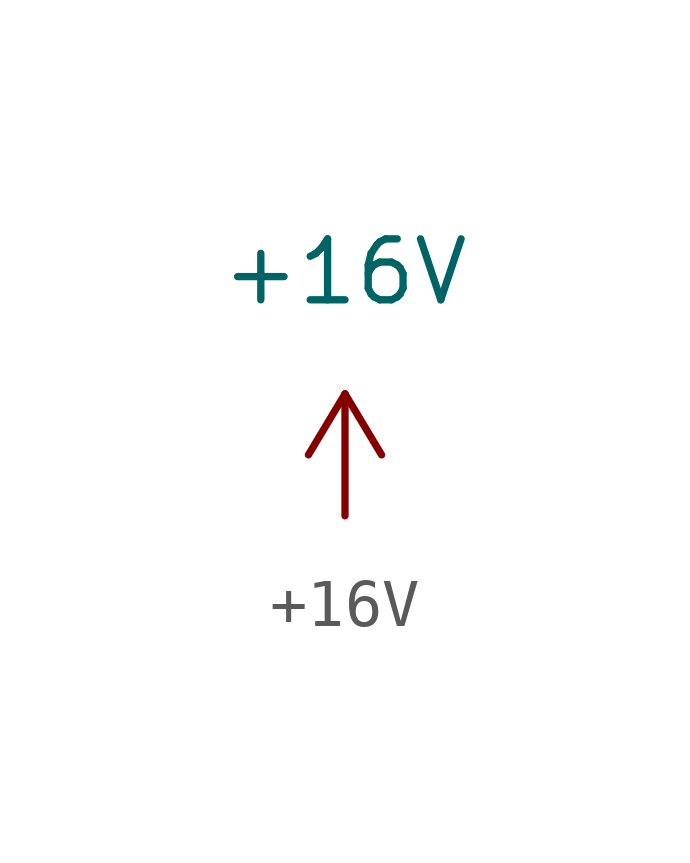
<source format=kicad_sym>
(kicad_symbol_lib
  (version 20211014)
  (generator kicad_symbol_editor)
  (symbol "+16V"
    (power)
    (pin_names
      (offset 0))
    (property "Reference" "#PWR0104"
      (at 0 -3.81 0)
      (effects (font (size 1.27 1.27)) hide))
    (property "Value" "+16V"
      (at 0 5.08 0)
      (effects (font (size 1.27 1.27))))
    (symbol "+16V_0_1"
      (polyline (pts (xy -0.762 1.27) (xy 0 2.54)) (stroke (width 0) (type default) (color 0 0 0 0)) (fill (type none)))
      (polyline (pts (xy 0 0) (xy 0 2.54)) (stroke (width 0) (type default) (color 0 0 0 0)) (fill (type none)))
      (polyline (pts (xy 0 2.54) (xy 0.762 1.27)) (stroke (width 0) (type default) (color 0 0 0 0)) (fill (type none))))
    (symbol "+16V_1_1"
      (pin power_in line (at 0 0 90) (length 0) hide (name "+16V" (effects (font (size 1.27 1.27)))) (number "1" (effects (font (size 1.27 1.27))))))))
</source>
